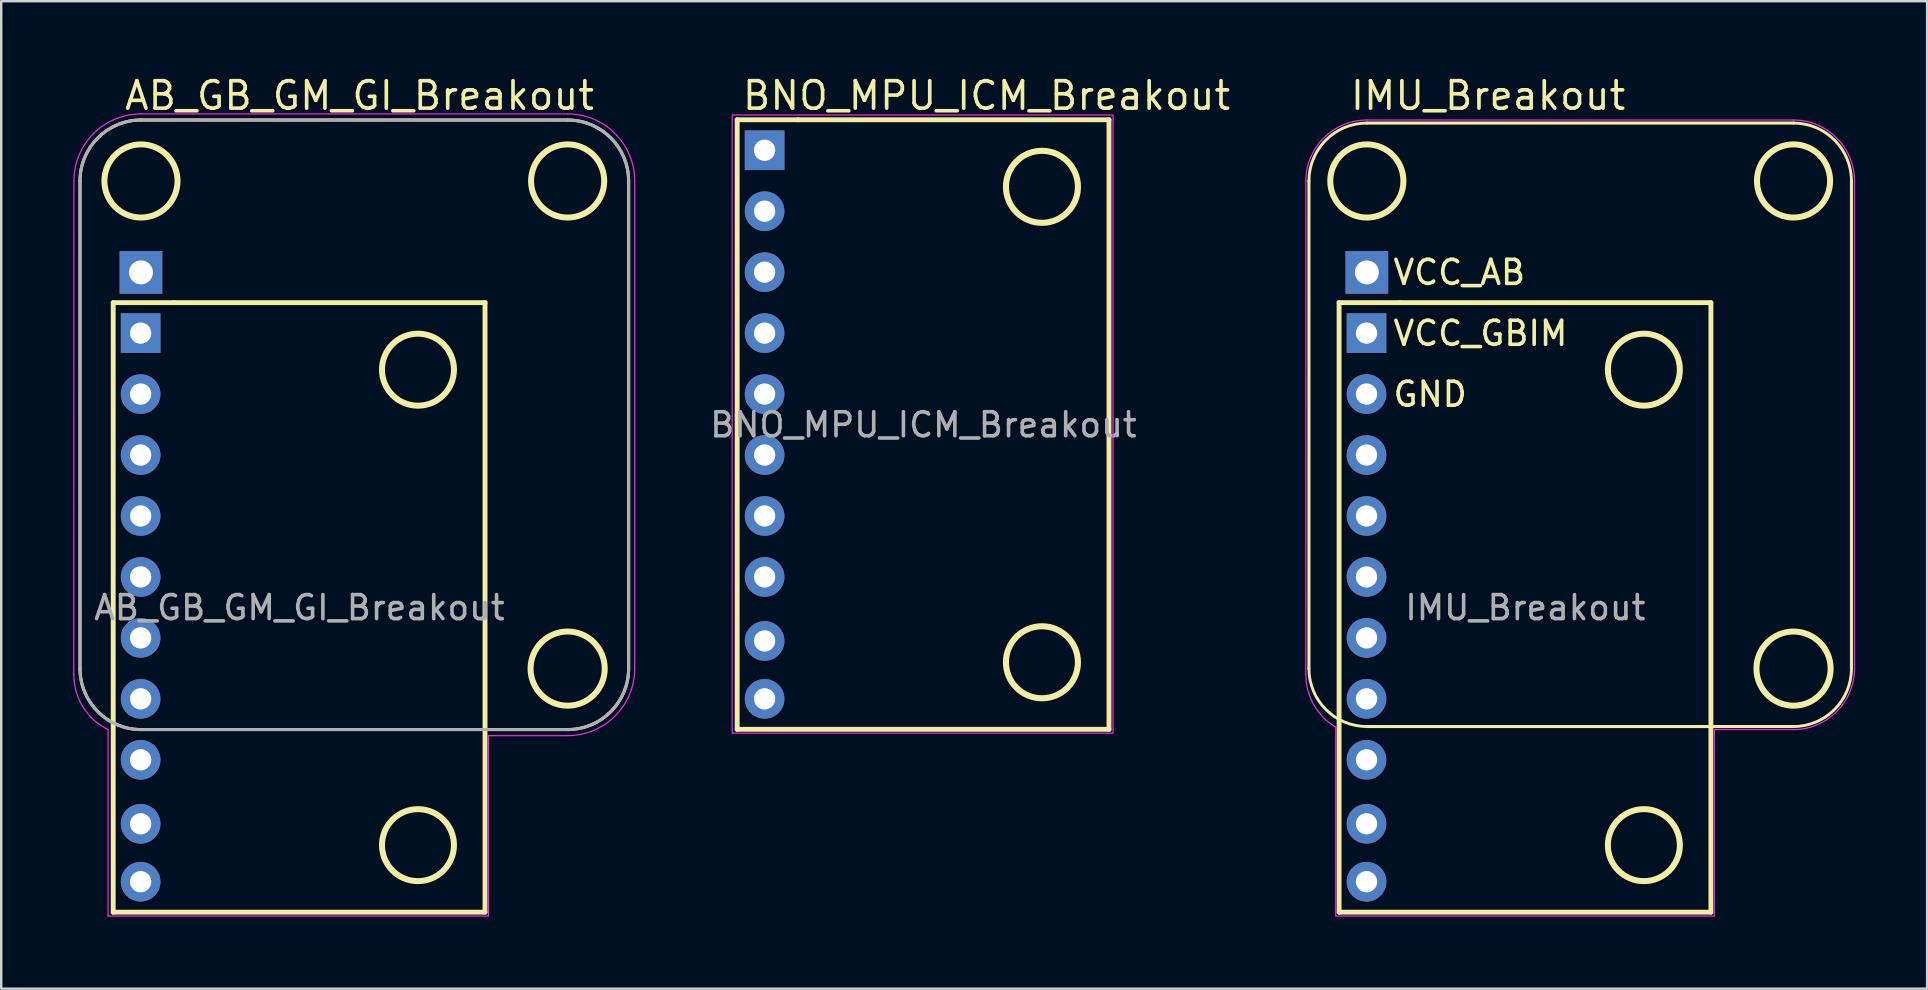
<source format=kicad_pcb>
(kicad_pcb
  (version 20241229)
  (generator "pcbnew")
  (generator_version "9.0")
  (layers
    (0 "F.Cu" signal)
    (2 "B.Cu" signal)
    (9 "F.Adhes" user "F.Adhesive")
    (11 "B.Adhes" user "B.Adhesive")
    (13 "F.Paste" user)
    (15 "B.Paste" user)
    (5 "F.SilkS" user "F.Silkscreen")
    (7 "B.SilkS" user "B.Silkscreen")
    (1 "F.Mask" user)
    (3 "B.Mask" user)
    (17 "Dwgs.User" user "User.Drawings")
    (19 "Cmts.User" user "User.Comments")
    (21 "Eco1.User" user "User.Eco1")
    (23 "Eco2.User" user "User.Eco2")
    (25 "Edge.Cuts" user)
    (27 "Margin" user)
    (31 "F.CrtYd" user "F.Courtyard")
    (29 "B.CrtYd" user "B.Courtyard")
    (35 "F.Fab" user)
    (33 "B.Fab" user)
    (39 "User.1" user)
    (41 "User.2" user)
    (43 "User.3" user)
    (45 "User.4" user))
  (footprint "AB_GB_GM_GI_Breakout"
    (layer "F.Cu")
    (at 9.428 22.271)
    (property "Reference" "AB_GB_GM_GI_Breakout" (at -7.366 -21.336 0) (layer "F.SilkS") (effects (font (size 1.143 1.143) (thickness 0.152)) (justify left)))
    (attr through_hole)
    (fp_line (start -9.144 -17.78) (end -9.144 2.54) (stroke (width 0.127) (type solid)) (layer "F.SilkS"))
    (fp_line (start -7.761 -12.71) (end -5.221 -12.71) (stroke (width 0.203) (type solid)) (layer "F.SilkS"))
    (fp_line (start -7.761 12.69) (end -7.761 -12.71) (stroke (width 0.203) (type solid)) (layer "F.SilkS"))
    (fp_line (start -6.604 5.08) (end 11.176 5.08) (stroke (width 0.127) (type solid)) (layer "F.SilkS"))
    (fp_line (start -5.221 -12.71) (end 7.733 -12.71) (stroke (width 0.203) (type solid)) (layer "F.SilkS"))
    (fp_line (start 7.733 -12.71) (end 7.733 12.69) (stroke (width 0.203) (type solid)) (layer "F.SilkS"))
    (fp_line (start 7.733 12.69) (end -7.761 12.69) (stroke (width 0.203) (type solid)) (layer "F.SilkS"))
    (fp_line (start 11.176 -20.32) (end -6.604 -20.32) (stroke (width 0.127) (type solid)) (layer "F.SilkS"))
    (fp_line (start 13.716 2.54) (end 13.716 -17.78) (stroke (width 0.127) (type solid)) (layer "F.SilkS"))
    (fp_arc (start -9.144 -17.78) (mid -8.400051 -19.576051) (end -6.604 -20.32) (stroke (width 0.127) (type solid)) (layer "F.SilkS"))
    (fp_arc (start -6.604 5.08) (mid -8.400051 4.336051) (end -9.144 2.54) (stroke (width 0.127) (type solid)) (layer "F.SilkS"))
    (fp_arc (start 11.176 -20.32) (mid 12.972051 -19.576051) (end 13.716 -17.78) (stroke (width 0.127) (type solid)) (layer "F.SilkS"))
    (fp_arc (start 13.716 2.54) (mid 12.972051 4.336051) (end 11.176 5.08) (stroke (width 0.127) (type solid)) (layer "F.SilkS"))
    (fp_circle (center -6.604 -17.78) (end -5.08 -17.78) (stroke (width 0.25) (type solid)) (fill no) (layer "F.SilkS"))
    (fp_circle (center 4.939 -9.916) (end 6.439 -9.916) (stroke (width 0.25) (type solid)) (fill no) (layer "F.SilkS"))
    (fp_circle (center 4.939 9.896) (end 6.439 9.896) (stroke (width 0.25) (type solid)) (fill no) (layer "F.SilkS"))
    (fp_circle (center 11.176 -17.78) (end 12.7 -17.78) (stroke (width 0.25) (type solid)) (fill no) (layer "F.SilkS"))
    (fp_circle (center 11.176 2.54) (end 12.721 2.54) (stroke (width 0.25) (type solid)) (fill no) (layer "F.SilkS"))
    (fp_line (start -9.403 2.794) (end -9.398 -17.78) (stroke (width 0.05) (type solid)) (layer "F.CrtYd"))
    (fp_line (start -7.976 12.852) (end -7.976 5.08) (stroke (width 0.05) (type solid)) (layer "F.CrtYd"))
    (fp_line (start -6.604 -20.574) (end 11.176 -20.574) (stroke (width 0.05) (type solid)) (layer "F.CrtYd"))
    (fp_line (start 7.874 5.334) (end 7.874 12.852) (stroke (width 0.05) (type solid)) (layer "F.CrtYd"))
    (fp_line (start 7.874 12.852) (end -7.976 12.852) (stroke (width 0.05) (type solid)) (layer "F.CrtYd"))
    (fp_line (start 11.176 5.334) (end 7.874 5.334) (stroke (width 0.05) (type solid)) (layer "F.CrtYd"))
    (fp_line (start 13.97 -17.78) (end 13.97 2.54) (stroke (width 0.05) (type solid)) (layer "F.CrtYd"))
    (fp_arc (start -9.398 -17.78) (mid -8.579656 -19.755656) (end -6.604 -20.574) (stroke (width 0.05) (type solid)) (layer "F.CrtYd"))
    (fp_arc (start -7.9756 5.079999) (mid -9.016545 4.141407) (end -9.402567 2.794) (stroke (width 0.05) (type solid)) (layer "F.CrtYd"))
    (fp_arc (start 11.176 -20.574) (mid 13.151656 -19.755656) (end 13.97 -17.78) (stroke (width 0.05) (type solid)) (layer "F.CrtYd"))
    (fp_arc (start 13.97 2.54) (mid 13.151656 4.515656) (end 11.176 5.334) (stroke (width 0.05) (type solid)) (layer "F.CrtYd"))
    (fp_line (start -9.144 -17.78) (end -9.144 2.54) (stroke (width 0.127) (type solid)) (layer "F.Fab"))
    (fp_line (start -6.604 5.08) (end 11.176 5.08) (stroke (width 0.127) (type solid)) (layer "F.Fab"))
    (fp_line (start 11.176 -20.32) (end -6.604 -20.32) (stroke (width 0.127) (type solid)) (layer "F.Fab"))
    (fp_line (start 13.716 2.54) (end 13.716 -17.78) (stroke (width 0.127) (type solid)) (layer "F.Fab"))
    (fp_arc (start -9.144 -17.78) (mid -8.400051 -19.576051) (end -6.604 -20.32) (stroke (width 0.127) (type solid)) (layer "F.Fab"))
    (fp_arc (start -6.604 5.08) (mid -8.400051 4.336051) (end -9.144 2.54) (stroke (width 0.127) (type solid)) (layer "F.Fab"))
    (fp_arc (start 11.176 -20.32) (mid 12.972051 -19.576051) (end 13.716 -17.78) (stroke (width 0.127) (type solid)) (layer "F.Fab"))
    (fp_arc (start 13.716 2.54) (mid 12.972051 4.336051) (end 11.176 5.08) (stroke (width 0.127) (type solid)) (layer "F.Fab"))
    (fp_text user "${REFERENCE}" (at 0 0 0) (layer "F.Fab") (effects (font (size 1 1) (thickness 0.15))))
    (pad "" thru_hole circle (at -6.618 11.42 270) (size 1.651 1.651) (drill 0.889) (layers "*.Cu" "*.Mask"))
    (pad "0" thru_hole rect (at -6.604 -13.97 270) (size 1.778 1.778) (drill 1) (layers "*.Cu" "*.Mask"))
    (pad "1" thru_hole rect (at -6.618 -11.44 270) (size 1.651 1.651) (drill 0.889) (layers "*.Cu" "*.Mask"))
    (pad "2" thru_hole circle (at -6.618 -8.9 270) (size 1.651 1.651) (drill 0.889) (layers "*.Cu" "*.Mask"))
    (pad "3" thru_hole circle (at -6.618 -6.36 270) (size 1.651 1.651) (drill 0.889) (layers "*.Cu" "*.Mask"))
    (pad "4" thru_hole circle (at -6.618 -3.82 270) (size 1.651 1.651) (drill 0.889) (layers "*.Cu" "*.Mask"))
    (pad "5" thru_hole circle (at -6.618 -1.28 270) (size 1.651 1.651) (drill 0.889) (layers "*.Cu" "*.Mask"))
    (pad "6" thru_hole circle (at -6.618 1.26 270) (size 1.651 1.651) (drill 0.889) (layers "*.Cu" "*.Mask"))
    (pad "7" thru_hole circle (at -6.618 3.8 270) (size 1.651 1.651) (drill 0.889) (layers "*.Cu" "*.Mask"))
    (pad "8" thru_hole circle (at -6.618 6.34 270) (size 1.651 1.651) (drill 0.889) (layers "*.Cu" "*.Mask"))
    (pad "9" thru_hole circle (at -6.618 9.007 270) (size 1.651 1.651) (drill 0.889) (layers "*.Cu" "*.Mask")))
  (footprint "BNO_MPU_ICM_Breakout"
    (layer "F.Cu")
    (at 35.429 14.651)
    (property "Reference" "BNO_MPU_ICM_Breakout" (at -7.62 -13.716 0) (layer "F.SilkS") (effects (font (size 1.143 1.143) (thickness 0.152)) (justify left)))
    (attr through_hole)
    (fp_line (start -7.761 -12.71) (end -5.221 -12.71) (stroke (width 0.203) (type solid)) (layer "F.SilkS"))
    (fp_line (start -7.761 12.69) (end -7.761 -12.71) (stroke (width 0.203) (type solid)) (layer "F.SilkS"))
    (fp_line (start -5.221 -12.71) (end 7.733 -12.71) (stroke (width 0.203) (type solid)) (layer "F.SilkS"))
    (fp_line (start 7.733 -12.71) (end 7.733 12.69) (stroke (width 0.203) (type solid)) (layer "F.SilkS"))
    (fp_line (start 7.733 12.69) (end -7.761 12.69) (stroke (width 0.203) (type solid)) (layer "F.SilkS"))
    (fp_circle (center 4.939 -9.916) (end 6.439 -9.916) (stroke (width 0.254) (type solid)) (fill no) (layer "F.SilkS"))
    (fp_circle (center 4.939 9.896) (end 6.439 9.896) (stroke (width 0.254) (type solid)) (fill no) (layer "F.SilkS"))
    (fp_rect (start -7.97 -12.91) (end 7.9 12.85) (stroke (width 0.05) (type solid)) (fill no) (layer "F.CrtYd"))
    (fp_text user "${REFERENCE}" (at 0 0 0) (layer "F.Fab") (effects (font (size 1 1) (thickness 0.15))))
    (pad "" thru_hole circle (at -6.618 9.007 270) (size 1.651 1.651) (drill 0.889) (layers "*.Cu" "*.Paste" "*.Mask"))
    (pad "" thru_hole circle (at -6.618 11.42 270) (size 1.651 1.651) (drill 0.889) (layers "*.Cu" "*.Paste" "*.Mask"))
    (pad "1" thru_hole rect (at -6.618 -11.44) (size 1.651 1.651) (drill 0.889) (layers "*.Cu" "*.Paste" "*.Mask"))
    (pad "2" thru_hole circle (at -6.618 -8.9 270) (size 1.651 1.651) (drill 0.889) (layers "*.Cu" "*.Paste" "*.Mask"))
    (pad "3" thru_hole circle (at -6.618 -6.36 270) (size 1.651 1.651) (drill 0.889) (layers "*.Cu" "*.Paste" "*.Mask"))
    (pad "4" thru_hole circle (at -6.618 -3.82 270) (size 1.651 1.651) (drill 0.889) (layers "*.Cu" "*.Paste" "*.Mask"))
    (pad "5" thru_hole circle (at -6.618 -1.28 270) (size 1.651 1.651) (drill 0.889) (layers "*.Cu" "*.Paste" "*.Mask"))
    (pad "6" thru_hole circle (at -6.618 1.26 270) (size 1.651 1.651) (drill 0.889) (layers "*.Cu" "*.Paste" "*.Mask"))
    (pad "7" thru_hole circle (at -6.618 3.8 270) (size 1.651 1.651) (drill 0.889) (layers "*.Cu" "*.Paste" "*.Mask"))
    (pad "8" thru_hole circle (at -6.618 6.34 270) (size 1.651 1.651) (drill 0.889) (layers "*.Cu" "*.Paste" "*.Mask")))
  (footprint "IMU_Breakout"
    (layer "F.Cu")
    (at 60.511 22.271)
    (property "Reference" "IMU_Breakout" (at -7.366 -21.336 0) (layer "F.SilkS") (effects (font (size 1.143 1.143) (thickness 0.152)) (justify left)))
    (attr through_hole)
    (fp_line (start -9.017 -17.78) (end -9.017 2.54) (stroke (width 0.127) (type solid)) (layer "F.SilkS"))
    (fp_line (start -7.761 -12.71) (end -5.221 -12.71) (stroke (width 0.203) (type solid)) (layer "F.SilkS"))
    (fp_line (start -7.761 12.69) (end -7.761 -12.71) (stroke (width 0.203) (type solid)) (layer "F.SilkS"))
    (fp_line (start -6.604 4.953) (end 11.176 4.953) (stroke (width 0.127) (type solid)) (layer "F.SilkS"))
    (fp_line (start -5.221 -12.71) (end 7.733 -12.71) (stroke (width 0.203) (type solid)) (layer "F.SilkS"))
    (fp_line (start 7.733 -12.71) (end 7.733 12.69) (stroke (width 0.203) (type solid)) (layer "F.SilkS"))
    (fp_line (start 7.733 12.69) (end -7.761 12.69) (stroke (width 0.203) (type solid)) (layer "F.SilkS"))
    (fp_line (start 11.176 -20.193) (end -6.604 -20.193) (stroke (width 0.127) (type solid)) (layer "F.SilkS"))
    (fp_line (start 13.589 2.54) (end 13.589 -17.78) (stroke (width 0.127) (type solid)) (layer "F.SilkS"))
    (fp_arc (start -9.017 -17.78) (mid -8.310248 -19.486248) (end -6.604 -20.193) (stroke (width 0.12) (type solid)) (layer "F.SilkS"))
    (fp_arc (start -6.604 4.953) (mid -8.310249 4.246249) (end -9.017 2.54) (stroke (width 0.12) (type solid)) (layer "F.SilkS"))
    (fp_arc (start 11.176 -20.193) (mid 12.882248 -19.486248) (end 13.589 -17.78) (stroke (width 0.12) (type solid)) (layer "F.SilkS"))
    (fp_arc (start 13.589 2.54) (mid 12.882248 4.246248) (end 11.176 4.953) (stroke (width 0.12) (type solid)) (layer "F.SilkS"))
    (fp_circle (center -6.604 -17.78) (end -5.08 -17.78) (stroke (width 0.25) (type solid)) (fill no) (layer "F.SilkS"))
    (fp_circle (center 4.939 -9.916) (end 6.439 -9.916) (stroke (width 0.25) (type solid)) (fill no) (layer "F.SilkS"))
    (fp_circle (center 4.939 9.896) (end 6.439 9.896) (stroke (width 0.25) (type solid)) (fill no) (layer "F.SilkS"))
    (fp_circle (center 11.176 -17.78) (end 12.7 -17.78) (stroke (width 0.25) (type solid)) (fill no) (layer "F.SilkS"))
    (fp_circle (center 11.176 2.54) (end 12.721 2.54) (stroke (width 0.25) (type solid)) (fill no) (layer "F.SilkS"))
    (fp_line (start -9.149 2.794) (end -9.144 -17.78) (stroke (width 0.05) (type solid)) (layer "F.CrtYd"))
    (fp_line (start -7.9 12.852) (end -7.9 4.98) (stroke (width 0.05) (type solid)) (layer "F.CrtYd"))
    (fp_line (start -6.604 -20.32) (end 11.176 -20.32) (stroke (width 0.05) (type solid)) (layer "F.CrtYd"))
    (fp_line (start 7.874 5.08) (end 7.874 12.852) (stroke (width 0.05) (type solid)) (layer "F.CrtYd"))
    (fp_line (start 7.874 12.852) (end -7.9 12.852) (stroke (width 0.05) (type solid)) (layer "F.CrtYd"))
    (fp_line (start 11.176 5.08) (end 7.874 5.08) (stroke (width 0.05) (type solid)) (layer "F.CrtYd"))
    (fp_line (start 13.716 -17.78) (end 13.716 2.54) (stroke (width 0.05) (type solid)) (layer "F.CrtYd"))
    (fp_arc (start -9.144 -17.78) (mid -8.400051 -19.576051) (end -6.604 -20.32) (stroke (width 0.05) (type solid)) (layer "F.CrtYd"))
    (fp_arc (start -7.9 4.98) (mid -8.812137 4.051912) (end -9.145301 2.794) (stroke (width 0.05) (type solid)) (layer "F.CrtYd"))
    (fp_arc (start 11.176 -20.32) (mid 12.972051 -19.576051) (end 13.716 -17.78) (stroke (width 0.05) (type solid)) (layer "F.CrtYd"))
    (fp_arc (start 13.716 2.54) (mid 12.972051 4.336051) (end 11.176 5.08) (stroke (width 0.05) (type solid)) (layer "F.CrtYd"))
    (fp_text user "VCC_AB" (at -5.588 -13.97 0) (unlocked yes) (layer "F.SilkS") (effects (font (size 1 1) (thickness 0.15)) (justify left)))
    (fp_text user "VCC_GBIM" (at -5.588 -11.43 0) (unlocked yes) (layer "F.SilkS") (effects (font (size 1 1) (thickness 0.15)) (justify left)))
    (fp_text user "GND" (at -5.588 -8.89 0) (unlocked yes) (layer "F.SilkS") (effects (font (size 1 1) (thickness 0.15)) (justify left)))
    (fp_text user "${REFERENCE}" (at 0 0 0) (layer "F.Fab") (effects (font (size 1 1) (thickness 0.15))))
    (pad "" thru_hole circle (at -6.618 9.007 270) (size 1.651 1.651) (drill 0.889) (layers "*.Cu" "*.Mask"))
    (pad "" thru_hole circle (at -6.618 11.42 270) (size 1.651 1.651) (drill 0.889) (layers "*.Cu" "*.Mask"))
    (pad "0" thru_hole rect (at -6.604 -13.97 270) (size 1.778 1.778) (drill 1) (layers "*.Cu" "*.Mask"))
    (pad "1" thru_hole rect (at -6.618 -11.44 270) (size 1.651 1.651) (drill 0.889) (layers "*.Cu" "*.Mask"))
    (pad "2" thru_hole circle (at -6.618 -8.9 270) (size 1.651 1.651) (drill 0.889) (layers "*.Cu" "*.Mask"))
    (pad "3" thru_hole circle (at -6.618 -6.36 270) (size 1.651 1.651) (drill 0.889) (layers "*.Cu" "*.Mask"))
    (pad "4" thru_hole circle (at -6.618 -3.82 270) (size 1.651 1.651) (drill 0.889) (layers "*.Cu" "*.Mask"))
    (pad "5" thru_hole circle (at -6.618 -1.28 270) (size 1.651 1.651) (drill 0.889) (layers "*.Cu" "*.Mask"))
    (pad "6" thru_hole circle (at -6.618 1.26 270) (size 1.651 1.651) (drill 0.889) (layers "*.Cu" "*.Mask"))
    (pad "7" thru_hole circle (at -6.618 3.8 270) (size 1.651 1.651) (drill 0.889) (layers "*.Cu" "*.Mask"))
    (pad "8" thru_hole circle (at -6.618 6.34 270) (size 1.651 1.651) (drill 0.889) (layers "*.Cu" "*.Mask")))
  (gr_rect
    (start -3 -3)
    (end 77.252 38.149)
    (stroke (width 0.1) (type default))
    (fill no)
    (layer "Edge.Cuts")))
</source>
